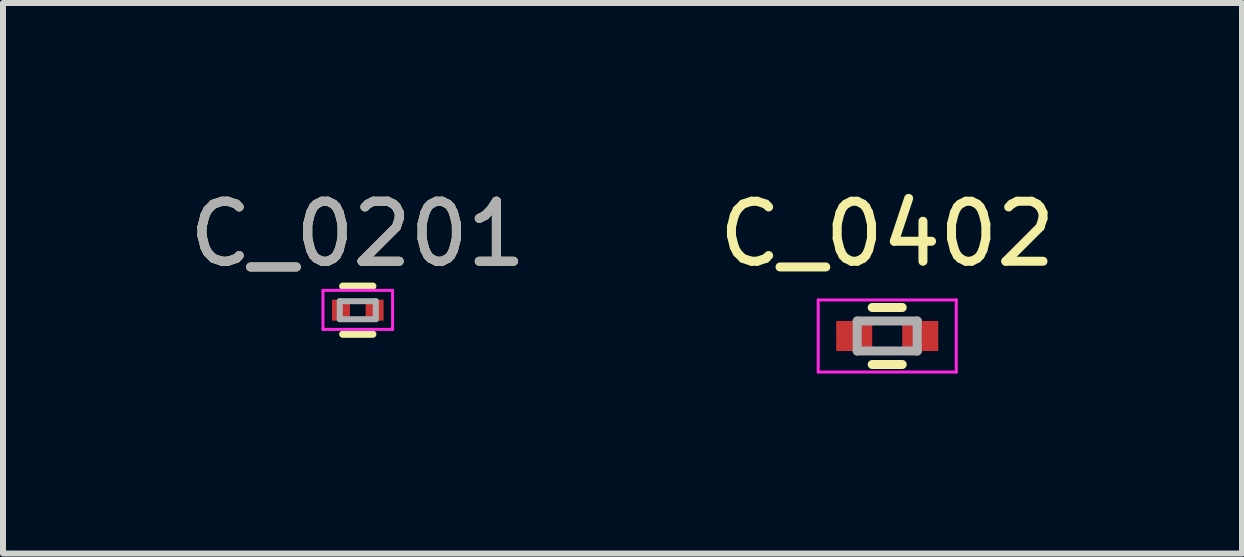
<source format=kicad_pcb>
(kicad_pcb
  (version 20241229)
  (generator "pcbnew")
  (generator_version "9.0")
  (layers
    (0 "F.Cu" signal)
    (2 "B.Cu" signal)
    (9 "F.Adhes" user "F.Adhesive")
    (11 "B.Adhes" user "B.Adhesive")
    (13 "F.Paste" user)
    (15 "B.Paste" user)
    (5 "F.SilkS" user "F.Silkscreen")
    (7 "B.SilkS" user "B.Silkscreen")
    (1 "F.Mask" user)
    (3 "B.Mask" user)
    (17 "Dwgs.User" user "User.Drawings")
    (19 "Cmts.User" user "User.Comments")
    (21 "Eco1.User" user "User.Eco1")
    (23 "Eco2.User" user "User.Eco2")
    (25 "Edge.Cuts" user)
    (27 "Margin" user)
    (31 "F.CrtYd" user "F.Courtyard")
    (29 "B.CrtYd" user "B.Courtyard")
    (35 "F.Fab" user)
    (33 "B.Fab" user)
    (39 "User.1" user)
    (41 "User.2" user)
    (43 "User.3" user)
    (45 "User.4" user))
  (footprint "C_0201"
    (layer "F.Cu")
    (at 2.911 2.118)
    (property "Reference" "C_0201" (at 0 -1.27 0) (layer "F.SilkS") (effects (font (size 1 1) (thickness 0.15))))
    (attr smd)
    (fp_line (start -0.25 -0.4) (end 0.25 -0.4) (stroke (width 0.12) (type solid)) (layer "F.SilkS"))
    (fp_line (start 0.25 0.4) (end -0.25 0.4) (stroke (width 0.12) (type solid)) (layer "F.SilkS"))
    (fp_line (start -0.58 -0.33) (end -0.58 0.32) (stroke (width 0.05) (type solid)) (layer "F.CrtYd"))
    (fp_line (start -0.58 -0.33) (end 0.58 -0.33) (stroke (width 0.05) (type solid)) (layer "F.CrtYd"))
    (fp_line (start 0.58 0.32) (end -0.58 0.32) (stroke (width 0.05) (type solid)) (layer "F.CrtYd"))
    (fp_line (start 0.58 0.32) (end 0.58 -0.33) (stroke (width 0.05) (type solid)) (layer "F.CrtYd"))
    (fp_line (start -0.3 -0.15) (end 0.3 -0.15) (stroke (width 0.1) (type solid)) (layer "F.Fab"))
    (fp_line (start -0.3 0.15) (end -0.3 -0.15) (stroke (width 0.1) (type solid)) (layer "F.Fab"))
    (fp_line (start 0.3 -0.15) (end 0.3 0.15) (stroke (width 0.1) (type solid)) (layer "F.Fab"))
    (fp_line (start 0.3 0.15) (end -0.3 0.15) (stroke (width 0.1) (type solid)) (layer "F.Fab"))
    (fp_text user "${REFERENCE}" (at 0 -1.27 0) (layer "F.Fab") (effects (font (size 1 1) (thickness 0.15))))
    (pad "1" smd rect (at -0.28 0) (size 0.3 0.35) (layers "F.Cu" "F.Mask" "F.Paste"))
    (pad "2" smd rect (at 0.28 0) (size 0.3 0.35) (layers "F.Cu" "F.Mask" "F.Paste")))
  (footprint "C_0402"
    (layer "F.Cu")
    (at 11.732 2.548)
    (property "Reference" "C_0402" (at 0 -1.7 0) (layer "F.SilkS") (effects (font (size 1 1) (thickness 0.15))))
    (attr smd)
    (fp_line (start -0.25 0.475) (end 0.25 0.475) (stroke (width 0.15) (type solid)) (layer "F.SilkS"))
    (fp_line (start 0.25 -0.475) (end -0.25 -0.475) (stroke (width 0.15) (type solid)) (layer "F.SilkS"))
    (fp_line (start -1.15 -0.6) (end -1.15 0.6) (stroke (width 0.05) (type solid)) (layer "F.CrtYd"))
    (fp_line (start -1.15 -0.6) (end 1.15 -0.6) (stroke (width 0.05) (type solid)) (layer "F.CrtYd"))
    (fp_line (start -1.15 0.6) (end 1.15 0.6) (stroke (width 0.05) (type solid)) (layer "F.CrtYd"))
    (fp_line (start 1.15 -0.6) (end 1.15 0.6) (stroke (width 0.05) (type solid)) (layer "F.CrtYd"))
    (fp_line (start -0.5 -0.25) (end 0.5 -0.25) (stroke (width 0.15) (type solid)) (layer "F.Fab"))
    (fp_line (start -0.5 0.25) (end -0.5 -0.25) (stroke (width 0.15) (type solid)) (layer "F.Fab"))
    (fp_line (start 0.5 -0.25) (end 0.5 0.25) (stroke (width 0.15) (type solid)) (layer "F.Fab"))
    (fp_line (start 0.5 0.25) (end -0.5 0.25) (stroke (width 0.15) (type solid)) (layer "F.Fab"))
    (pad "1" smd rect (at -0.55 0) (size 0.6 0.5) (layers "F.Cu" "F.Mask" "F.Paste"))
    (pad "2" smd rect (at 0.55 0) (size 0.6 0.5) (layers "F.Cu" "F.Mask" "F.Paste")))
  (gr_rect
    (start -3 -3)
    (end 17.643 6.173)
    (stroke (width 0.1) (type default))
    (fill no)
    (layer "Edge.Cuts")))
</source>
